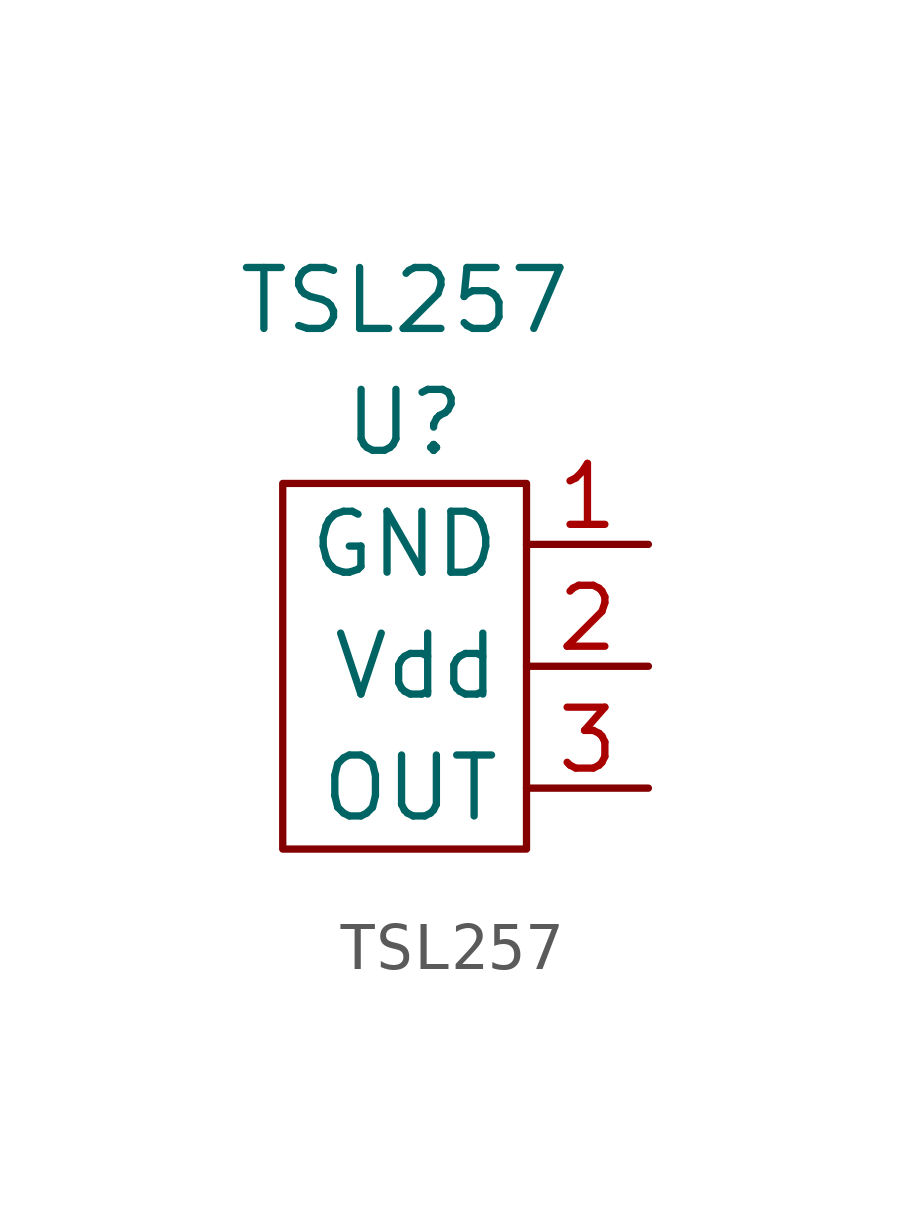
<source format=kicad_sym>
(kicad_symbol_lib
  (version 20211014)
  (generator kicad_symbol_editor)
  (symbol "TSL257"
    (property "Reference" "U"
      (at 0 3.81 0)
      (effects (font (size 1.27 1.27))))
    (property "Value" "TSL257"
      (at 0 6.35 0)
      (effects (font (size 1.27 1.27))))
    (symbol "TSL257_0_1"
      (rectangle (start -2.54 2.54) (end 2.54 -5.08) (stroke (width 0) (type default) (color 0 0 0 0)) (fill (type none))))
    (symbol "TSL257_1_1"
      (pin input line (at 5.08 1.27 180) (length 2.54) (name "GND" (effects (font (size 1.27 1.27)))) (number "1" (effects (font (size 1.27 1.27)))))
      (pin input line (at 5.08 -1.27 180) (length 2.54) (name "Vdd" (effects (font (size 1.27 1.27)))) (number "2" (effects (font (size 1.27 1.27)))))
      (pin input line (at 5.08 -3.81 180) (length 2.54) (name "OUT" (effects (font (size 1.27 1.27)))) (number "3" (effects (font (size 1.27 1.27))))))))
</source>
